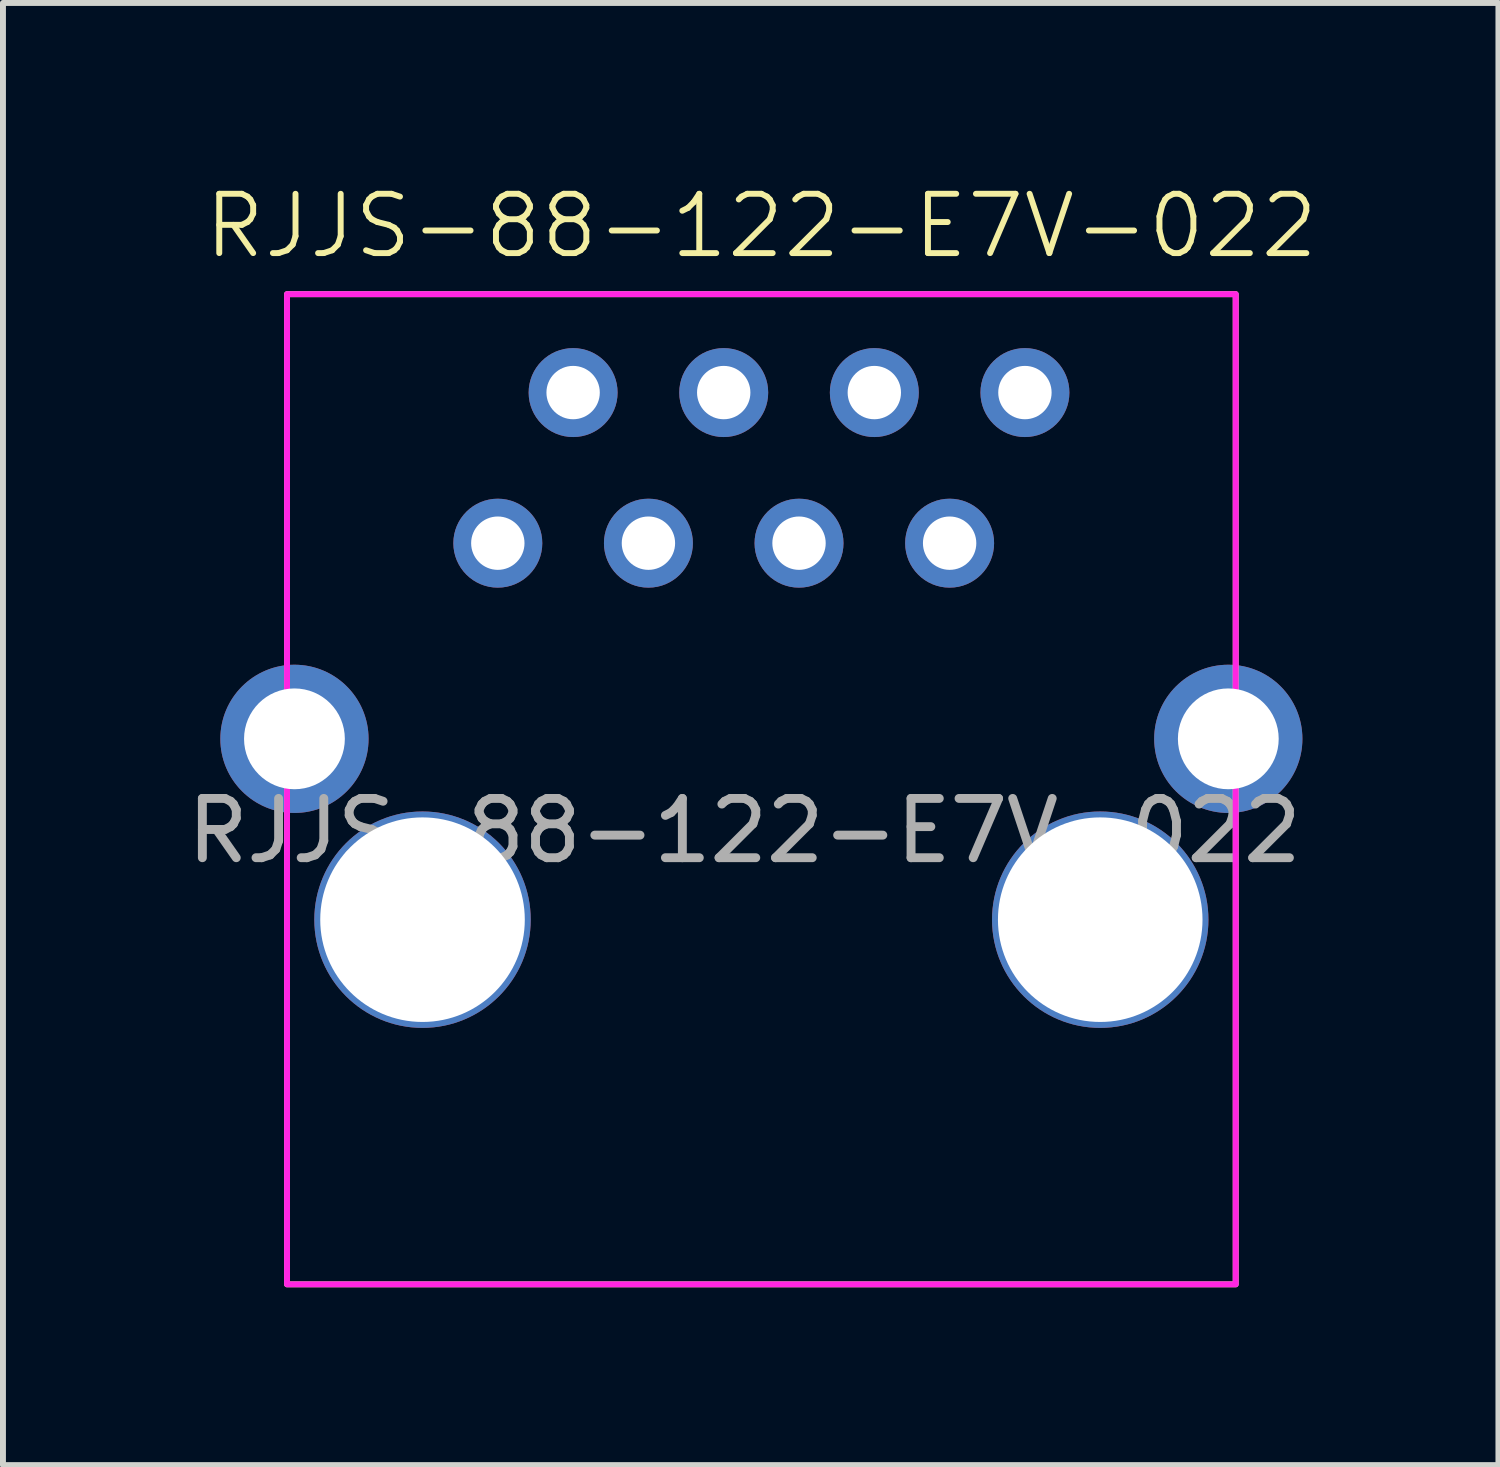
<source format=kicad_pcb>
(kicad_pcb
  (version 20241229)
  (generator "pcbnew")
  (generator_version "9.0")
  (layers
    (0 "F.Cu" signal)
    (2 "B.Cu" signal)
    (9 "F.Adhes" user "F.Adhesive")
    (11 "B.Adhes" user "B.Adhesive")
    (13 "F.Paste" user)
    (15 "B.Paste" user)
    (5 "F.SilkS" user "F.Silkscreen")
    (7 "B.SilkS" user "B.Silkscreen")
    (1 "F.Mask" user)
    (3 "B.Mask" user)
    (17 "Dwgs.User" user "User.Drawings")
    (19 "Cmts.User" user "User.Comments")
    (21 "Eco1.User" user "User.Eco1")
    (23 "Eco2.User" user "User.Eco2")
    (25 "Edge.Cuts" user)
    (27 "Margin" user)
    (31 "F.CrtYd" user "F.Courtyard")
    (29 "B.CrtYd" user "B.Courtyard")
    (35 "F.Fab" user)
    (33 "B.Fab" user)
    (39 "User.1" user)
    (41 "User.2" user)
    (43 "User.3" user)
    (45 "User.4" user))
  (footprint "RJJS-88-122-E7V-022"
    (layer "F.Cu")
    (at 9.791 10.261)
    (property "Reference" "RJJS-88-122-E7V-022" (at 0 -9.5 0) (unlocked yes) (layer "F.SilkS") (effects (font (size 1 1) (thickness 0.1))))
    (attr smd)
    (fp_rect (start -8 8.35) (end 8 -8.35) (stroke (width 0.1) (type solid)) (fill no) (layer "F.SilkS"))
    (fp_rect (start -8 8.35) (end 8 -8.35) (stroke (width 0.1) (type solid)) (fill no) (layer "F.CrtYd"))
    (fp_text user "${REFERENCE}" (at -0.285 0.7 0) (unlocked yes) (layer "F.Fab") (effects (font (size 1 1) (thickness 0.15))))
    (pad "" np_thru_hole circle (at -5.715 2.2) (size 3.65 3.65) (drill 3.45) (layers "*.Cu" "*.Mask"))
    (pad "" np_thru_hole circle (at 5.715 2.2) (size 3.65 3.65) (drill 3.45) (layers "*.Cu" "*.Mask"))
    (pad "1" thru_hole circle (at -4.445 -4.15) (size 1.5 1.5) (drill 0.9) (layers "*.Cu" "*.Mask"))
    (pad "2" thru_hole circle (at -3.175 -6.69) (size 1.5 1.5) (drill 0.9) (layers "*.Cu" "*.Mask"))
    (pad "3" thru_hole circle (at -1.905 -4.15) (size 1.5 1.5) (drill 0.9) (layers "*.Cu" "*.Mask"))
    (pad "4" thru_hole circle (at -0.635 -6.69) (size 1.5 1.5) (drill 0.9) (layers "*.Cu" "*.Mask"))
    (pad "5" thru_hole circle (at 0.635 -4.15) (size 1.5 1.5) (drill 0.9) (layers "*.Cu" "*.Mask"))
    (pad "6" thru_hole circle (at 1.905 -6.69) (size 1.5 1.5) (drill 0.9) (layers "*.Cu" "*.Mask"))
    (pad "7" thru_hole circle (at 3.175 -4.15) (size 1.5 1.5) (drill 0.9) (layers "*.Cu" "*.Mask"))
    (pad "8" thru_hole circle (at 4.445 -6.69) (size 1.5 1.5) (drill 0.9) (layers "*.Cu" "*.Mask"))
    (pad "SH" thru_hole circle (at -7.875 -0.85 90) (size 2.5 2.5) (drill 1.7) (layers "*.Cu" "*.Mask"))
    (pad "SH" thru_hole circle (at 7.875 -0.85 90) (size 2.5 2.5) (drill 1.7) (layers "*.Cu" "*.Mask")))
  (gr_rect
    (start -3 -3)
    (end 22.222 21.66)
    (stroke (width 0.1) (type default))
    (fill no)
    (layer "Edge.Cuts")))
</source>
